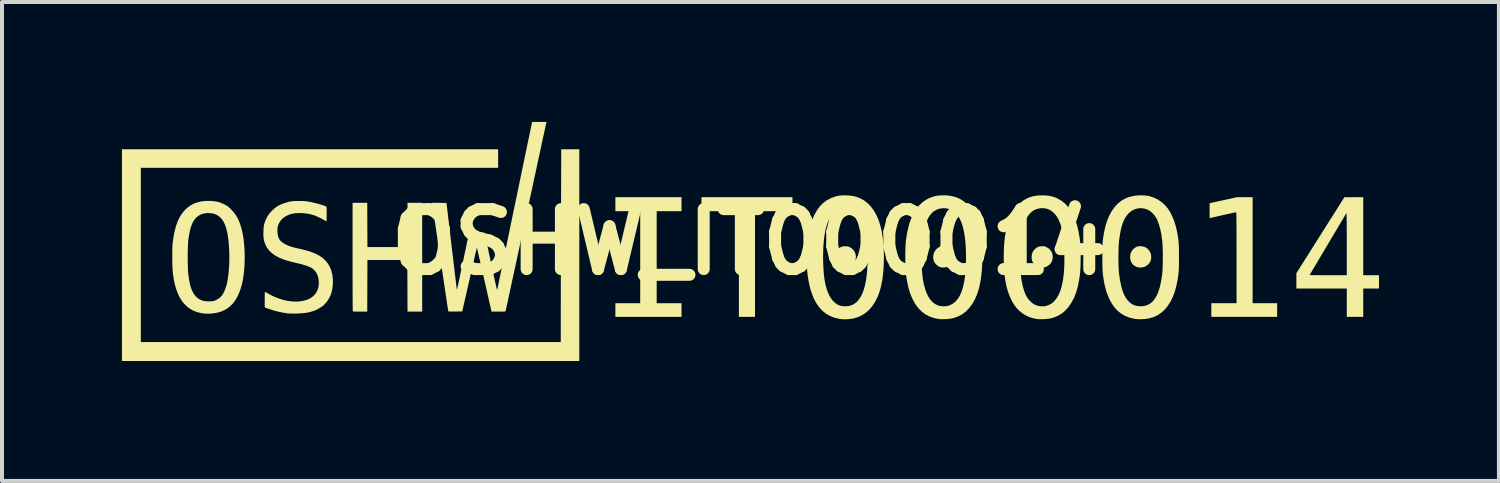
<source format=kicad_pcb>
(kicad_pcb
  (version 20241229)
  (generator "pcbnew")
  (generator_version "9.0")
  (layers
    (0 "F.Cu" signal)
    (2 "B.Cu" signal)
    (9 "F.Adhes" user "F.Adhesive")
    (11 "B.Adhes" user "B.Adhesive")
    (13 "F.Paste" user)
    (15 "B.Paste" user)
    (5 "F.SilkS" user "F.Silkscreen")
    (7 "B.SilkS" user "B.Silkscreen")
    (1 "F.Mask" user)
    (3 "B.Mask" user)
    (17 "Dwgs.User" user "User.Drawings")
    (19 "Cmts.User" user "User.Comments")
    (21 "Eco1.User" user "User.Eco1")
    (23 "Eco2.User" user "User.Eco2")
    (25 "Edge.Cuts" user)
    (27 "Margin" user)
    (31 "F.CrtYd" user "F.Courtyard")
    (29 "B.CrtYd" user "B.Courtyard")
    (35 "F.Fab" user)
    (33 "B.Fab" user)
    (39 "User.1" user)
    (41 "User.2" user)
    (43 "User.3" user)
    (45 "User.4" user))
  (footprint "OSHW_IT000014"
    (layer "F.Cu")
    (at 15.693 3.002)
    (property "Reference" "OSHW_IT000014" (at 0 0 0) (layer "F.SilkS") (effects (font (size 1.5 1.5) (thickness 0.3))))
    (attr board_only exclude_from_pos_files exclude_from_bom)
    (fp_poly (pts (xy 1.077 -0.945) (xy 1.077 -0.77) (xy 0.608 -0.77) (xy 0.14 -0.77) (xy 0.14 0.551) (xy 0.14 1.873) (xy -0.061 1.873) (xy -0.263 1.873) (xy -0.263 0.551) (xy -0.263 -0.77) (xy -0.731 -0.77) (xy -1.199 -0.77) (xy -1.199 -0.945) (xy -1.199 -1.12) (xy -0.061 -1.12) (xy 1.077 -1.12)) (stroke (width 0) (type solid)) (fill yes) (layer "F.SilkS"))
    (fp_poly (pts (xy -1.698 -0.945) (xy -1.698 -0.77) (xy -2.009 -0.77) (xy -2.319 -0.77) (xy -2.319 0.381) (xy -2.319 1.532) (xy -2.009 1.532) (xy -1.698 1.532) (xy -1.698 1.702) (xy -1.698 1.873) (xy -2.525 1.873) (xy -3.352 1.873) (xy -3.352 1.702) (xy -3.352 1.532) (xy -3.042 1.532) (xy -2.731 1.532) (xy -2.731 0.381) (xy -2.731 -0.77) (xy -3.042 -0.77) (xy -3.352 -0.77) (xy -3.352 -0.945) (xy -3.352 -1.12) (xy -2.525 -1.12) (xy -1.698 -1.12)) (stroke (width 0) (type solid)) (fill yes) (layer "F.SilkS"))
    (fp_poly (pts (xy 9.793 0.106) (xy 9.859 0.116) (xy 9.916 0.138) (xy 9.964 0.175) (xy 10.007 0.227) (xy 10.013 0.236) (xy 10.037 0.29) (xy 10.049 0.35) (xy 10.048 0.413) (xy 10.034 0.472) (xy 10.024 0.494) (xy 9.999 0.532) (xy 9.963 0.57) (xy 9.922 0.601) (xy 9.884 0.622) (xy 9.842 0.632) (xy 9.794 0.638) (xy 9.746 0.637) (xy 9.706 0.631) (xy 9.693 0.627) (xy 9.63 0.595) (xy 9.582 0.552) (xy 9.547 0.5) (xy 9.527 0.437) (xy 9.521 0.367) (xy 9.53 0.3) (xy 9.554 0.239) (xy 9.593 0.186) (xy 9.644 0.143) (xy 9.678 0.125) (xy 9.707 0.113) (xy 9.733 0.107) (xy 9.764 0.106)) (stroke (width 0) (type solid)) (fill yes) (layer "F.SilkS"))
    (fp_poly (pts (xy 4.935 0.115) (xy 4.985 0.134) (xy 5.029 0.165) (xy 5.049 0.184) (xy 5.087 0.231) (xy 5.111 0.279) (xy 5.122 0.333) (xy 5.124 0.372) (xy 5.12 0.433) (xy 5.105 0.484) (xy 5.078 0.528) (xy 5.049 0.56) (xy 5.009 0.595) (xy 4.97 0.617) (xy 4.927 0.63) (xy 4.873 0.636) (xy 4.866 0.637) (xy 4.827 0.638) (xy 4.799 0.636) (xy 4.776 0.63) (xy 4.751 0.62) (xy 4.748 0.619) (xy 4.691 0.583) (xy 4.647 0.536) (xy 4.616 0.483) (xy 4.599 0.423) (xy 4.596 0.361) (xy 4.607 0.299) (xy 4.633 0.238) (xy 4.67 0.187) (xy 4.713 0.146) (xy 4.762 0.12) (xy 4.819 0.108) (xy 4.875 0.107)) (stroke (width 0) (type solid)) (fill yes) (layer "F.SilkS"))
    (fp_poly (pts (xy -6.284 -2.087) (xy -6.284 -1.856) (xy -10.753 -1.856) (xy -15.221 -1.856) (xy -15.221 0.324) (xy -15.221 2.503) (xy -9.969 2.503) (xy -4.718 2.503) (xy -4.718 1.818) (xy -4.718 1.737) (xy -4.718 1.64) (xy -4.717 1.528) (xy -4.717 1.402) (xy -4.717 1.265) (xy -4.717 1.116) (xy -4.716 0.958) (xy -4.716 0.792) (xy -4.715 0.619) (xy -4.715 0.441) (xy -4.714 0.258) (xy -4.714 0.073) (xy -4.713 -0.114) (xy -4.713 -0.3) (xy -4.712 -0.486) (xy -4.712 -0.593) (xy -4.706 -2.319) (xy -4.48 -2.319) (xy -4.254 -2.319) (xy -4.254 0.328) (xy -4.254 2.976) (xy -9.974 2.976) (xy -15.693 2.976) (xy -15.693 0.328) (xy -15.693 -2.319) (xy -10.989 -2.319) (xy -6.284 -2.319)) (stroke (width 0) (type solid)) (fill yes) (layer "F.SilkS"))
    (fp_poly (pts (xy 2.442 0.108) (xy 2.498 0.122) (xy 2.548 0.151) (xy 2.579 0.177) (xy 2.621 0.226) (xy 2.648 0.278) (xy 2.661 0.338) (xy 2.663 0.372) (xy 2.657 0.436) (xy 2.638 0.491) (xy 2.604 0.541) (xy 2.584 0.562) (xy 2.534 0.603) (xy 2.478 0.628) (xy 2.413 0.638) (xy 2.391 0.638) (xy 2.356 0.636) (xy 2.323 0.632) (xy 2.304 0.627) (xy 2.264 0.607) (xy 2.223 0.576) (xy 2.187 0.54) (xy 2.162 0.503) (xy 2.162 0.503) (xy 2.151 0.479) (xy 2.145 0.456) (xy 2.141 0.428) (xy 2.14 0.39) (xy 2.14 0.376) (xy 2.142 0.325) (xy 2.148 0.285) (xy 2.161 0.251) (xy 2.183 0.218) (xy 2.208 0.188) (xy 2.249 0.149) (xy 2.294 0.123) (xy 2.348 0.11) (xy 2.377 0.107)) (stroke (width 0) (type solid)) (fill yes) (layer "F.SilkS"))
    (fp_poly (pts (xy 7.375 0.107) (xy 7.399 0.114) (xy 7.427 0.127) (xy 7.435 0.131) (xy 7.494 0.168) (xy 7.539 0.217) (xy 7.57 0.275) (xy 7.585 0.34) (xy 7.586 0.394) (xy 7.574 0.462) (xy 7.547 0.52) (xy 7.505 0.568) (xy 7.448 0.607) (xy 7.435 0.614) (xy 7.4 0.629) (xy 7.369 0.636) (xy 7.333 0.638) (xy 7.322 0.638) (xy 7.287 0.637) (xy 7.257 0.634) (xy 7.238 0.631) (xy 7.194 0.612) (xy 7.153 0.583) (xy 7.121 0.551) (xy 7.092 0.513) (xy 7.073 0.473) (xy 7.062 0.428) (xy 7.059 0.371) (xy 7.059 0.368) (xy 7.066 0.305) (xy 7.085 0.251) (xy 7.119 0.201) (xy 7.138 0.18) (xy 7.177 0.146) (xy 7.219 0.123) (xy 7.267 0.111) (xy 7.311 0.107) (xy 7.348 0.105)) (stroke (width 0) (type solid)) (fill yes) (layer "F.SilkS"))
    (fp_poly (pts (xy -9.556 -0.427) (xy -9.553 0.127) (xy -9.055 0.127) (xy -8.556 0.127) (xy -8.553 -0.427) (xy -8.551 -0.98) (xy -8.367 -0.98) (xy -8.184 -0.98) (xy -8.184 0.381) (xy -8.184 1.742) (xy -8.367 1.742) (xy -8.551 1.742) (xy -8.553 1.096) (xy -8.556 0.451) (xy -9.055 0.451) (xy -9.553 0.451) (xy -9.556 1.096) (xy -9.558 1.742) (xy -9.736 1.742) (xy -9.79 1.741) (xy -9.838 1.741) (xy -9.877 1.74) (xy -9.905 1.738) (xy -9.919 1.736) (xy -9.92 1.736) (xy -9.92 1.727) (xy -9.921 1.701) (xy -9.921 1.659) (xy -9.922 1.603) (xy -9.923 1.534) (xy -9.923 1.451) (xy -9.924 1.357) (xy -9.924 1.251) (xy -9.924 1.136) (xy -9.925 1.012) (xy -9.925 0.88) (xy -9.925 0.74) (xy -9.925 0.595) (xy -9.925 0.444) (xy -9.925 0.375) (xy -9.925 -0.98) (xy -9.742 -0.98) (xy -9.558 -0.98)) (stroke (width 0) (type solid)) (fill yes) (layer "F.SilkS"))
    (fp_poly (pts (xy 12.586 0.206) (xy 12.586 1.532) (xy 12.893 1.532) (xy 13.199 1.532) (xy 13.199 1.702) (xy 13.199 1.873) (xy 12.376 1.873) (xy 11.553 1.873) (xy 11.553 1.702) (xy 11.553 1.532) (xy 11.869 1.532) (xy 12.184 1.532) (xy 12.184 0.394) (xy 12.184 0.226) (xy 12.183 0.075) (xy 12.183 -0.06) (xy 12.183 -0.18) (xy 12.183 -0.286) (xy 12.182 -0.378) (xy 12.182 -0.458) (xy 12.181 -0.526) (xy 12.181 -0.583) (xy 12.18 -0.63) (xy 12.179 -0.668) (xy 12.178 -0.697) (xy 12.177 -0.718) (xy 12.175 -0.733) (xy 12.174 -0.741) (xy 12.172 -0.744) (xy 12.172 -0.744) (xy 12.161 -0.742) (xy 12.136 -0.737) (xy 12.098 -0.729) (xy 12.051 -0.718) (xy 11.995 -0.706) (xy 11.934 -0.692) (xy 11.87 -0.678) (xy 11.805 -0.663) (xy 11.742 -0.649) (xy 11.682 -0.636) (xy 11.629 -0.623) (xy 11.584 -0.613) (xy 11.55 -0.605) (xy 11.529 -0.6) (xy 11.525 -0.599) (xy 11.52 -0.598) (xy 11.516 -0.602) (xy 11.513 -0.611) (xy 11.512 -0.629) (xy 11.51 -0.657) (xy 11.51 -0.697) (xy 11.51 -0.751) (xy 11.51 -0.783) (xy 11.51 -0.838) (xy 11.51 -0.887) (xy 11.511 -0.927) (xy 11.513 -0.956) (xy 11.514 -0.97) (xy 11.515 -0.972) (xy 11.524 -0.973) (xy 11.549 -0.979) (xy 11.587 -0.987) (xy 11.636 -0.998) (xy 11.695 -1.01) (xy 11.762 -1.025) (xy 11.835 -1.041) (xy 11.857 -1.046) (xy 12.194 -1.12) (xy 12.39 -1.12) (xy 12.586 -1.12)) (stroke (width 0) (type solid)) (fill yes) (layer "F.SilkS"))
    (fp_poly (pts (xy 15.352 -0.144) (xy 15.352 0.831) (xy 15.549 0.831) (xy 15.746 0.831) (xy 15.746 0.998) (xy 15.746 1.164) (xy 15.549 1.164) (xy 15.352 1.164) (xy 15.352 1.519) (xy 15.352 1.873) (xy 15.146 1.873) (xy 14.941 1.873) (xy 14.941 1.519) (xy 14.941 1.164) (xy 14.31 1.164) (xy 13.68 1.164) (xy 13.68 0.972) (xy 13.68 0.827) (xy 14.013 0.827) (xy 14.021 0.828) (xy 14.046 0.828) (xy 14.084 0.829) (xy 14.136 0.83) (xy 14.198 0.831) (xy 14.27 0.831) (xy 14.35 0.831) (xy 14.436 0.831) (xy 14.477 0.831) (xy 14.941 0.831) (xy 14.941 0.051) (xy 14.941 -0.07) (xy 14.94 -0.184) (xy 14.94 -0.291) (xy 14.939 -0.388) (xy 14.939 -0.474) (xy 14.938 -0.55) (xy 14.937 -0.613) (xy 14.936 -0.663) (xy 14.935 -0.698) (xy 14.934 -0.718) (xy 14.933 -0.722) (xy 14.926 -0.712) (xy 14.912 -0.689) (xy 14.893 -0.657) (xy 14.87 -0.619) (xy 14.856 -0.595) (xy 14.841 -0.569) (xy 14.817 -0.53) (xy 14.787 -0.478) (xy 14.749 -0.416) (xy 14.706 -0.343) (xy 14.659 -0.263) (xy 14.607 -0.176) (xy 14.551 -0.083) (xy 14.494 0.014) (xy 14.434 0.114) (xy 14.4 0.172) (xy 14.341 0.27) (xy 14.286 0.363) (xy 14.234 0.451) (xy 14.186 0.532) (xy 14.142 0.606) (xy 14.104 0.671) (xy 14.071 0.726) (xy 14.045 0.77) (xy 14.027 0.802) (xy 14.016 0.822) (xy 14.013 0.827) (xy 13.68 0.827) (xy 13.68 0.78) (xy 14.281 -0.17) (xy 14.881 -1.12) (xy 15.116 -1.12) (xy 15.352 -1.12)) (stroke (width 0) (type solid)) (fill yes) (layer "F.SilkS"))
    (fp_poly (pts (xy 4.922 -1.166) (xy 4.953 -1.164) (xy 5.073 -1.146) (xy 5.183 -1.114) (xy 5.283 -1.068) (xy 5.375 -1.007) (xy 5.449 -0.942) (xy 5.525 -0.854) (xy 5.592 -0.757) (xy 5.65 -0.648) (xy 5.7 -0.526) (xy 5.742 -0.39) (xy 5.755 -0.337) (xy 5.779 -0.22) (xy 5.798 -0.09) (xy 5.813 0.05) (xy 5.823 0.196) (xy 5.827 0.344) (xy 5.825 0.491) (xy 5.822 0.576) (xy 5.811 0.735) (xy 5.795 0.878) (xy 5.775 1.007) (xy 5.75 1.126) (xy 5.719 1.235) (xy 5.683 1.336) (xy 5.64 1.432) (xy 5.633 1.446) (xy 5.568 1.559) (xy 5.494 1.657) (xy 5.412 1.74) (xy 5.321 1.809) (xy 5.221 1.862) (xy 5.111 1.901) (xy 5.084 1.908) (xy 5.037 1.917) (xy 4.979 1.924) (xy 4.914 1.929) (xy 4.849 1.931) (xy 4.789 1.931) (xy 4.738 1.927) (xy 4.725 1.925) (xy 4.606 1.899) (xy 4.497 1.86) (xy 4.399 1.808) (xy 4.31 1.741) (xy 4.229 1.66) (xy 4.157 1.564) (xy 4.092 1.452) (xy 4.074 1.414) (xy 4.035 1.323) (xy 4.001 1.226) (xy 3.972 1.12) (xy 3.947 1.002) (xy 3.925 0.869) (xy 3.919 0.829) (xy 3.912 0.764) (xy 3.907 0.684) (xy 3.902 0.594) (xy 3.9 0.497) (xy 3.899 0.444) (xy 4.306 0.444) (xy 4.309 0.573) (xy 4.315 0.697) (xy 4.324 0.811) (xy 4.336 0.913) (xy 4.337 0.922) (xy 4.364 1.061) (xy 4.397 1.184) (xy 4.438 1.292) (xy 4.485 1.384) (xy 4.54 1.461) (xy 4.602 1.522) (xy 4.67 1.567) (xy 4.745 1.596) (xy 4.827 1.609) (xy 4.915 1.606) (xy 4.95 1.601) (xy 5.021 1.579) (xy 5.091 1.541) (xy 5.157 1.487) (xy 5.164 1.48) (xy 5.219 1.413) (xy 5.267 1.333) (xy 5.309 1.237) (xy 5.343 1.126) (xy 5.371 0.999) (xy 5.393 0.857) (xy 5.408 0.699) (xy 5.416 0.525) (xy 5.418 0.381) (xy 5.414 0.194) (xy 5.404 0.022) (xy 5.387 -0.135) (xy 5.363 -0.275) (xy 5.332 -0.401) (xy 5.294 -0.51) (xy 5.25 -0.604) (xy 5.198 -0.681) (xy 5.142 -0.741) (xy 5.075 -0.789) (xy 5.002 -0.822) (xy 4.923 -0.841) (xy 4.843 -0.845) (xy 4.764 -0.835) (xy 4.688 -0.81) (xy 4.617 -0.77) (xy 4.588 -0.748) (xy 4.532 -0.689) (xy 4.481 -0.615) (xy 4.436 -0.526) (xy 4.397 -0.423) (xy 4.365 -0.308) (xy 4.341 -0.181) (xy 4.338 -0.162) (xy 4.325 -0.059) (xy 4.316 0.057) (xy 4.309 0.182) (xy 4.306 0.312) (xy 4.306 0.444) (xy 3.899 0.444) (xy 3.898 0.396) (xy 3.899 0.296) (xy 3.9 0.199) (xy 3.904 0.109) (xy 3.909 0.029) (xy 3.915 -0.037) (xy 3.915 -0.039) (xy 3.941 -0.208) (xy 3.974 -0.362) (xy 4.014 -0.501) (xy 4.061 -0.625) (xy 4.116 -0.736) (xy 4.179 -0.834) (xy 4.251 -0.92) (xy 4.257 -0.927) (xy 4.333 -0.996) (xy 4.413 -1.053) (xy 4.501 -1.099) (xy 4.601 -1.135) (xy 4.656 -1.15) (xy 4.695 -1.157) (xy 4.746 -1.162) (xy 4.805 -1.166) (xy 4.865 -1.167)) (stroke (width 0) (type solid)) (fill yes) (layer "F.SilkS"))
    (fp_poly (pts (xy 2.481 -1.163) (xy 2.556 -1.155) (xy 2.625 -1.143) (xy 2.643 -1.139) (xy 2.753 -1.101) (xy 2.853 -1.048) (xy 2.945 -0.98) (xy 3.029 -0.897) (xy 3.103 -0.8) (xy 3.169 -0.689) (xy 3.225 -0.563) (xy 3.271 -0.423) (xy 3.309 -0.27) (xy 3.313 -0.249) (xy 3.335 -0.105) (xy 3.352 0.05) (xy 3.361 0.214) (xy 3.364 0.382) (xy 3.361 0.551) (xy 3.351 0.717) (xy 3.334 0.876) (xy 3.32 0.967) (xy 3.288 1.125) (xy 3.246 1.27) (xy 3.194 1.4) (xy 3.132 1.518) (xy 3.061 1.621) (xy 2.981 1.71) (xy 2.892 1.784) (xy 2.795 1.844) (xy 2.689 1.888) (xy 2.574 1.918) (xy 2.452 1.932) (xy 2.388 1.933) (xy 2.341 1.932) (xy 2.291 1.928) (xy 2.247 1.922) (xy 2.239 1.921) (xy 2.122 1.893) (xy 2.015 1.851) (xy 1.916 1.794) (xy 1.827 1.722) (xy 1.747 1.635) (xy 1.675 1.534) (xy 1.615 1.422) (xy 1.568 1.308) (xy 1.527 1.182) (xy 1.494 1.047) (xy 1.476 0.95) (xy 1.466 0.89) (xy 1.459 0.839) (xy 1.453 0.793) (xy 1.448 0.749) (xy 1.445 0.704) (xy 1.443 0.657) (xy 1.441 0.603) (xy 1.44 0.54) (xy 1.44 0.464) (xy 1.44 0.381) (xy 1.44 0.374) (xy 1.843 0.374) (xy 1.845 0.514) (xy 1.851 0.652) (xy 1.86 0.784) (xy 1.874 0.906) (xy 1.892 1.015) (xy 1.9 1.054) (xy 1.933 1.179) (xy 1.974 1.288) (xy 2.022 1.381) (xy 2.077 1.459) (xy 2.14 1.522) (xy 2.211 1.57) (xy 2.221 1.575) (xy 2.269 1.592) (xy 2.328 1.604) (xy 2.393 1.608) (xy 2.458 1.605) (xy 2.499 1.598) (xy 2.576 1.573) (xy 2.646 1.532) (xy 2.709 1.475) (xy 2.765 1.401) (xy 2.814 1.312) (xy 2.856 1.207) (xy 2.891 1.087) (xy 2.891 1.085) (xy 2.913 0.978) (xy 2.931 0.856) (xy 2.945 0.722) (xy 2.953 0.579) (xy 2.957 0.43) (xy 2.955 0.278) (xy 2.955 0.271) (xy 2.949 0.116) (xy 2.938 -0.024) (xy 2.923 -0.15) (xy 2.904 -0.263) (xy 2.88 -0.366) (xy 2.851 -0.459) (xy 2.816 -0.544) (xy 2.81 -0.556) (xy 2.762 -0.642) (xy 2.705 -0.713) (xy 2.64 -0.769) (xy 2.569 -0.811) (xy 2.492 -0.836) (xy 2.409 -0.846) (xy 2.334 -0.84) (xy 2.253 -0.82) (xy 2.178 -0.783) (xy 2.112 -0.731) (xy 2.053 -0.664) (xy 2.001 -0.581) (xy 1.957 -0.482) (xy 1.919 -0.367) (xy 1.895 -0.263) (xy 1.876 -0.155) (xy 1.862 -0.034) (xy 1.851 0.096) (xy 1.845 0.233) (xy 1.843 0.374) (xy 1.44 0.374) (xy 1.44 0.292) (xy 1.44 0.218) (xy 1.441 0.155) (xy 1.443 0.102) (xy 1.445 0.054) (xy 1.449 0.01) (xy 1.453 -0.034) (xy 1.459 -0.08) (xy 1.467 -0.132) (xy 1.476 -0.188) (xy 1.509 -0.356) (xy 1.556 -0.512) (xy 1.615 -0.657) (xy 1.63 -0.687) (xy 1.692 -0.797) (xy 1.762 -0.891) (xy 1.84 -0.971) (xy 1.928 -1.038) (xy 2.026 -1.091) (xy 2.136 -1.133) (xy 2.197 -1.15) (xy 2.255 -1.16) (xy 2.325 -1.166) (xy 2.402 -1.167)) (stroke (width 0) (type solid)) (fill yes) (layer "F.SilkS"))
    (fp_poly (pts (xy 7.422 -1.163) (xy 7.514 -1.151) (xy 7.598 -1.131) (xy 7.678 -1.101) (xy 7.712 -1.085) (xy 7.808 -1.028) (xy 7.894 -0.959) (xy 7.971 -0.877) (xy 8.04 -0.781) (xy 8.101 -0.671) (xy 8.153 -0.547) (xy 8.197 -0.408) (xy 8.233 -0.255) (xy 8.262 -0.085) (xy 8.268 -0.039) (xy 8.275 0.026) (xy 8.28 0.105) (xy 8.283 0.195) (xy 8.285 0.292) (xy 8.285 0.392) (xy 8.284 0.493) (xy 8.281 0.59) (xy 8.277 0.68) (xy 8.272 0.76) (xy 8.265 0.827) (xy 8.264 0.829) (xy 8.243 0.966) (xy 8.219 1.088) (xy 8.191 1.197) (xy 8.159 1.297) (xy 8.122 1.389) (xy 8.11 1.414) (xy 8.047 1.53) (xy 7.978 1.631) (xy 7.9 1.717) (xy 7.814 1.788) (xy 7.719 1.845) (xy 7.614 1.888) (xy 7.543 1.909) (xy 7.496 1.917) (xy 7.438 1.924) (xy 7.374 1.929) (xy 7.309 1.931) (xy 7.249 1.931) (xy 7.198 1.927) (xy 7.184 1.925) (xy 7.071 1.901) (xy 6.969 1.865) (xy 6.876 1.817) (xy 6.789 1.755) (xy 6.743 1.714) (xy 6.689 1.659) (xy 6.643 1.601) (xy 6.6 1.537) (xy 6.558 1.461) (xy 6.551 1.446) (xy 6.502 1.339) (xy 6.461 1.224) (xy 6.427 1.1) (xy 6.401 0.966) (xy 6.381 0.82) (xy 6.368 0.661) (xy 6.362 0.488) (xy 6.361 0.472) (xy 6.767 0.472) (xy 6.774 0.653) (xy 6.787 0.819) (xy 6.808 0.969) (xy 6.836 1.104) (xy 6.871 1.223) (xy 6.913 1.326) (xy 6.942 1.381) (xy 6.975 1.428) (xy 7.017 1.475) (xy 7.063 1.518) (xy 7.109 1.553) (xy 7.125 1.562) (xy 7.195 1.591) (xy 7.273 1.607) (xy 7.353 1.609) (xy 7.415 1.601) (xy 7.491 1.576) (xy 7.561 1.535) (xy 7.625 1.48) (xy 7.682 1.409) (xy 7.732 1.326) (xy 7.773 1.229) (xy 7.785 1.195) (xy 7.811 1.103) (xy 7.832 1.008) (xy 7.849 0.908) (xy 7.862 0.801) (xy 7.871 0.683) (xy 7.876 0.553) (xy 7.878 0.408) (xy 7.878 0.385) (xy 7.876 0.223) (xy 7.87 0.077) (xy 7.859 -0.056) (xy 7.844 -0.176) (xy 7.824 -0.284) (xy 7.799 -0.383) (xy 7.769 -0.474) (xy 7.769 -0.476) (xy 7.725 -0.575) (xy 7.673 -0.659) (xy 7.614 -0.728) (xy 7.548 -0.781) (xy 7.476 -0.819) (xy 7.397 -0.841) (xy 7.313 -0.846) (xy 7.258 -0.841) (xy 7.179 -0.822) (xy 7.108 -0.79) (xy 7.045 -0.743) (xy 6.989 -0.682) (xy 6.937 -0.604) (xy 6.913 -0.56) (xy 6.891 -0.513) (xy 6.873 -0.466) (xy 6.856 -0.416) (xy 6.841 -0.357) (xy 6.825 -0.287) (xy 6.818 -0.254) (xy 6.806 -0.19) (xy 6.796 -0.131) (xy 6.788 -0.074) (xy 6.782 -0.015) (xy 6.777 0.049) (xy 6.773 0.122) (xy 6.77 0.206) (xy 6.769 0.276) (xy 6.767 0.472) (xy 6.361 0.472) (xy 6.361 0.381) (xy 6.364 0.189) (xy 6.375 0.013) (xy 6.393 -0.149) (xy 6.42 -0.298) (xy 6.454 -0.435) (xy 6.496 -0.561) (xy 6.547 -0.676) (xy 6.606 -0.782) (xy 6.637 -0.83) (xy 6.701 -0.909) (xy 6.778 -0.982) (xy 6.863 -1.045) (xy 6.954 -1.095) (xy 7.006 -1.117) (xy 7.083 -1.141) (xy 7.162 -1.156) (xy 7.247 -1.164) (xy 7.317 -1.166)) (stroke (width 0) (type solid)) (fill yes) (layer "F.SilkS"))
    (fp_poly (pts (xy -13.46 -1.025) (xy -13.379 -1.018) (xy -13.306 -1.006) (xy -13.291 -1.003) (xy -13.257 -0.992) (xy -13.214 -0.976) (xy -13.168 -0.957) (xy -13.138 -0.943) (xy -13.098 -0.923) (xy -13.067 -0.905) (xy -13.039 -0.885) (xy -13.011 -0.861) (xy -12.977 -0.829) (xy -12.958 -0.81) (xy -12.891 -0.736) (xy -12.835 -0.657) (xy -12.786 -0.569) (xy -12.745 -0.471) (xy -12.709 -0.359) (xy -12.7 -0.328) (xy -12.672 -0.203) (xy -12.65 -0.064) (xy -12.635 0.084) (xy -12.625 0.237) (xy -12.623 0.394) (xy -12.626 0.55) (xy -12.636 0.703) (xy -12.653 0.848) (xy -12.675 0.983) (xy -12.697 1.075) (xy -12.739 1.212) (xy -12.789 1.334) (xy -12.848 1.441) (xy -12.915 1.533) (xy -12.99 1.61) (xy -13.075 1.674) (xy -13.169 1.723) (xy -13.227 1.746) (xy -13.325 1.772) (xy -13.431 1.788) (xy -13.539 1.794) (xy -13.643 1.789) (xy -13.703 1.781) (xy -13.817 1.753) (xy -13.92 1.712) (xy -14.013 1.657) (xy -14.096 1.589) (xy -14.17 1.507) (xy -14.235 1.411) (xy -14.291 1.3) (xy -14.338 1.174) (xy -14.375 1.042) (xy -14.385 0.996) (xy -14.394 0.947) (xy -14.403 0.891) (xy -14.413 0.824) (xy -14.421 0.761) (xy -14.425 0.718) (xy -14.428 0.662) (xy -14.431 0.595) (xy -14.433 0.52) (xy -14.434 0.441) (xy -14.434 0.416) (xy -14.048 0.416) (xy -14.047 0.504) (xy -14.045 0.587) (xy -14.043 0.663) (xy -14.04 0.728) (xy -14.036 0.779) (xy -14.035 0.788) (xy -14.02 0.906) (xy -14.002 1.009) (xy -13.981 1.097) (xy -13.957 1.174) (xy -13.929 1.239) (xy -13.896 1.296) (xy -13.858 1.346) (xy -13.852 1.354) (xy -13.799 1.405) (xy -13.741 1.442) (xy -13.678 1.468) (xy -13.604 1.482) (xy -13.519 1.485) (xy -13.505 1.485) (xy -13.46 1.484) (xy -13.427 1.481) (xy -13.401 1.476) (xy -13.377 1.469) (xy -13.35 1.457) (xy -13.344 1.455) (xy -13.308 1.436) (xy -13.273 1.415) (xy -13.247 1.396) (xy -13.199 1.347) (xy -13.156 1.281) (xy -13.118 1.2) (xy -13.085 1.105) (xy -13.072 1.057) (xy -13.05 0.947) (xy -13.032 0.823) (xy -13.019 0.689) (xy -13.01 0.548) (xy -13.007 0.403) (xy -13.009 0.257) (xy -13.016 0.113) (xy -13.028 -0.026) (xy -13.045 -0.155) (xy -13.06 -0.238) (xy -13.088 -0.351) (xy -13.122 -0.447) (xy -13.164 -0.528) (xy -13.214 -0.595) (xy -13.272 -0.647) (xy -13.338 -0.686) (xy -13.406 -0.709) (xy -13.499 -0.724) (xy -13.59 -0.722) (xy -13.658 -0.709) (xy -13.727 -0.685) (xy -13.788 -0.65) (xy -13.841 -0.605) (xy -13.887 -0.548) (xy -13.927 -0.478) (xy -13.961 -0.394) (xy -13.99 -0.296) (xy -14.013 -0.183) (xy -14.032 -0.054) (xy -14.035 -0.026) (xy -14.039 0.022) (xy -14.042 0.085) (xy -14.045 0.159) (xy -14.047 0.241) (xy -14.048 0.327) (xy -14.048 0.416) (xy -14.434 0.416) (xy -14.435 0.36) (xy -14.434 0.281) (xy -14.434 0.206) (xy -14.432 0.139) (xy -14.429 0.082) (xy -14.426 0.038) (xy -14.425 0.026) (xy -14.415 -0.045) (xy -14.407 -0.103) (xy -14.399 -0.151) (xy -14.391 -0.194) (xy -14.383 -0.235) (xy -14.376 -0.267) (xy -14.343 -0.392) (xy -14.305 -0.502) (xy -14.261 -0.599) (xy -14.21 -0.685) (xy -14.151 -0.763) (xy -14.088 -0.83) (xy -14.005 -0.897) (xy -13.915 -0.95) (xy -13.816 -0.989) (xy -13.706 -1.014) (xy -13.621 -1.025) (xy -13.543 -1.028)) (stroke (width 0) (type solid)) (fill yes) (layer "F.SilkS"))
    (fp_poly (pts (xy 9.861 -1.165) (xy 9.916 -1.161) (xy 9.963 -1.155) (xy 9.987 -1.15) (xy 10.105 -1.113) (xy 10.212 -1.063) (xy 10.308 -0.999) (xy 10.393 -0.922) (xy 10.47 -0.831) (xy 10.476 -0.822) (xy 10.528 -0.739) (xy 10.576 -0.641) (xy 10.62 -0.532) (xy 10.658 -0.415) (xy 10.688 -0.293) (xy 10.708 -0.188) (xy 10.717 -0.129) (xy 10.725 -0.077) (xy 10.731 -0.031) (xy 10.735 0.013) (xy 10.739 0.057) (xy 10.741 0.105) (xy 10.742 0.159) (xy 10.743 0.222) (xy 10.744 0.297) (xy 10.744 0.381) (xy 10.744 0.47) (xy 10.743 0.544) (xy 10.742 0.606) (xy 10.741 0.66) (xy 10.738 0.707) (xy 10.735 0.751) (xy 10.73 0.795) (xy 10.724 0.842) (xy 10.717 0.894) (xy 10.708 0.95) (xy 10.677 1.107) (xy 10.636 1.251) (xy 10.586 1.383) (xy 10.526 1.502) (xy 10.457 1.608) (xy 10.379 1.699) (xy 10.293 1.775) (xy 10.198 1.837) (xy 10.179 1.847) (xy 10.093 1.883) (xy 9.995 1.91) (xy 9.891 1.927) (xy 9.785 1.933) (xy 9.68 1.928) (xy 9.628 1.921) (xy 9.51 1.893) (xy 9.402 1.852) (xy 9.304 1.796) (xy 9.215 1.726) (xy 9.135 1.641) (xy 9.064 1.541) (xy 9.013 1.449) (xy 8.969 1.351) (xy 8.931 1.248) (xy 8.899 1.136) (xy 8.872 1.014) (xy 8.85 0.877) (xy 8.839 0.792) (xy 8.835 0.752) (xy 8.832 0.696) (xy 8.83 0.63) (xy 8.828 0.554) (xy 8.827 0.472) (xy 8.827 0.387) (xy 8.827 0.38) (xy 9.229 0.38) (xy 9.23 0.477) (xy 9.232 0.57) (xy 9.235 0.657) (xy 9.24 0.733) (xy 9.246 0.795) (xy 9.246 0.796) (xy 9.266 0.94) (xy 9.291 1.067) (xy 9.319 1.178) (xy 9.353 1.276) (xy 9.392 1.359) (xy 9.437 1.43) (xy 9.487 1.489) (xy 9.544 1.537) (xy 9.602 1.572) (xy 9.658 1.593) (xy 9.724 1.605) (xy 9.795 1.608) (xy 9.865 1.602) (xy 9.889 1.597) (xy 9.962 1.573) (xy 10.029 1.535) (xy 10.088 1.484) (xy 10.141 1.418) (xy 10.188 1.338) (xy 10.229 1.244) (xy 10.263 1.134) (xy 10.292 1.008) (xy 10.316 0.866) (xy 10.324 0.801) (xy 10.33 0.742) (xy 10.334 0.669) (xy 10.337 0.585) (xy 10.339 0.494) (xy 10.34 0.399) (xy 10.34 0.303) (xy 10.338 0.21) (xy 10.335 0.124) (xy 10.331 0.046) (xy 10.326 -0.018) (xy 10.324 -0.035) (xy 10.304 -0.18) (xy 10.278 -0.311) (xy 10.246 -0.427) (xy 10.21 -0.528) (xy 10.181 -0.591) (xy 10.146 -0.645) (xy 10.102 -0.699) (xy 10.053 -0.747) (xy 10.002 -0.786) (xy 9.968 -0.805) (xy 9.886 -0.834) (xy 9.803 -0.846) (xy 9.722 -0.842) (xy 9.643 -0.821) (xy 9.568 -0.785) (xy 9.5 -0.732) (xy 9.475 -0.708) (xy 9.429 -0.65) (xy 9.388 -0.585) (xy 9.352 -0.51) (xy 9.321 -0.423) (xy 9.294 -0.324) (xy 9.272 -0.211) (xy 9.252 -0.083) (xy 9.246 -0.035) (xy 9.24 0.027) (xy 9.235 0.103) (xy 9.232 0.19) (xy 9.23 0.283) (xy 9.229 0.38) (xy 8.827 0.38) (xy 8.827 0.302) (xy 8.828 0.22) (xy 8.829 0.143) (xy 8.832 0.074) (xy 8.834 0.017) (xy 8.838 -0.026) (xy 8.838 -0.031) (xy 8.858 -0.172) (xy 8.882 -0.3) (xy 8.91 -0.415) (xy 8.943 -0.52) (xy 8.982 -0.619) (xy 8.994 -0.645) (xy 9.056 -0.763) (xy 9.127 -0.865) (xy 9.205 -0.953) (xy 9.293 -1.025) (xy 9.39 -1.082) (xy 9.496 -1.125) (xy 9.611 -1.153) (xy 9.696 -1.164) (xy 9.745 -1.167) (xy 9.802 -1.167)) (stroke (width 0) (type solid)) (fill yes) (layer "F.SilkS"))
    (fp_poly (pts (xy -11.199 -1.025) (xy -11.151 -1.024) (xy -11.109 -1.021) (xy -11.069 -1.016) (xy -11.026 -1.009) (xy -10.975 -0.999) (xy -10.967 -0.998) (xy -10.908 -0.985) (xy -10.843 -0.969) (xy -10.776 -0.951) (xy -10.711 -0.932) (xy -10.653 -0.914) (xy -10.607 -0.898) (xy -10.593 -0.892) (xy -10.586 -0.889) (xy -10.581 -0.885) (xy -10.578 -0.876) (xy -10.576 -0.861) (xy -10.574 -0.837) (xy -10.573 -0.803) (xy -10.573 -0.755) (xy -10.573 -0.7) (xy -10.573 -0.646) (xy -10.574 -0.598) (xy -10.575 -0.558) (xy -10.576 -0.531) (xy -10.578 -0.517) (xy -10.579 -0.516) (xy -10.588 -0.521) (xy -10.608 -0.532) (xy -10.635 -0.547) (xy -10.635 -0.547) (xy -10.675 -0.57) (xy -10.724 -0.596) (xy -10.778 -0.621) (xy -10.829 -0.644) (xy -10.874 -0.663) (xy -10.893 -0.669) (xy -10.98 -0.694) (xy -11.076 -0.711) (xy -11.174 -0.722) (xy -11.269 -0.724) (xy -11.358 -0.719) (xy -11.414 -0.711) (xy -11.511 -0.684) (xy -11.595 -0.645) (xy -11.666 -0.596) (xy -11.723 -0.536) (xy -11.767 -0.466) (xy -11.795 -0.389) (xy -11.805 -0.332) (xy -11.806 -0.266) (xy -11.799 -0.199) (xy -11.786 -0.136) (xy -11.766 -0.083) (xy -11.766 -0.083) (xy -11.731 -0.033) (xy -11.679 0.013) (xy -11.612 0.056) (xy -11.529 0.094) (xy -11.433 0.127) (xy -11.322 0.155) (xy -11.308 0.157) (xy -11.173 0.188) (xy -11.054 0.22) (xy -10.949 0.254) (xy -10.857 0.291) (xy -10.776 0.332) (xy -10.705 0.377) (xy -10.642 0.427) (xy -10.598 0.47) (xy -10.549 0.531) (xy -10.505 0.602) (xy -10.47 0.676) (xy -10.455 0.718) (xy -10.429 0.833) (xy -10.417 0.954) (xy -10.42 1.078) (xy -10.437 1.2) (xy -10.456 1.278) (xy -10.482 1.348) (xy -10.519 1.42) (xy -10.565 1.489) (xy -10.616 1.55) (xy -10.668 1.599) (xy -10.678 1.606) (xy -10.759 1.659) (xy -10.844 1.703) (xy -10.935 1.737) (xy -11.034 1.762) (xy -11.144 1.779) (xy -11.266 1.788) (xy -11.326 1.79) (xy -11.384 1.791) (xy -11.44 1.79) (xy -11.491 1.789) (xy -11.532 1.787) (xy -11.558 1.785) (xy -11.679 1.765) (xy -11.802 1.739) (xy -11.919 1.707) (xy -12.026 1.672) (xy -12.068 1.657) (xy -12.122 1.635) (xy -12.122 1.445) (xy -12.122 1.389) (xy -12.122 1.339) (xy -12.121 1.298) (xy -12.119 1.268) (xy -12.118 1.252) (xy -12.117 1.25) (xy -12.108 1.251) (xy -12.088 1.261) (xy -12.063 1.275) (xy -11.939 1.343) (xy -11.813 1.398) (xy -11.685 1.442) (xy -11.558 1.472) (xy -11.433 1.488) (xy -11.313 1.492) (xy -11.2 1.48) (xy -11.151 1.47) (xy -11.058 1.443) (xy -10.98 1.406) (xy -10.915 1.36) (xy -10.861 1.304) (xy -10.847 1.285) (xy -10.805 1.21) (xy -10.779 1.129) (xy -10.769 1.041) (xy -10.774 0.955) (xy -10.785 0.89) (xy -10.799 0.837) (xy -10.819 0.791) (xy -10.846 0.748) (xy -10.852 0.74) (xy -10.877 0.71) (xy -10.905 0.684) (xy -10.937 0.659) (xy -10.975 0.637) (xy -11.021 0.616) (xy -11.076 0.595) (xy -11.142 0.574) (xy -11.221 0.552) (xy -11.314 0.529) (xy -11.405 0.508) (xy -11.48 0.489) (xy -11.555 0.468) (xy -11.636 0.442) (xy -11.654 0.436) (xy -11.762 0.393) (xy -11.858 0.341) (xy -11.942 0.28) (xy -12.012 0.213) (xy -12.066 0.14) (xy -12.088 0.102) (xy -12.115 0.04) (xy -12.135 -0.019) (xy -12.148 -0.079) (xy -12.154 -0.144) (xy -12.156 -0.221) (xy -12.155 -0.254) (xy -12.152 -0.327) (xy -12.146 -0.387) (xy -12.137 -0.438) (xy -12.123 -0.486) (xy -12.105 -0.536) (xy -12.091 -0.566) (xy -12.052 -0.643) (xy -12.007 -0.709) (xy -11.951 -0.771) (xy -11.94 -0.782) (xy -11.885 -0.833) (xy -11.835 -0.874) (xy -11.783 -0.907) (xy -11.726 -0.935) (xy -11.658 -0.962) (xy -11.623 -0.974) (xy -11.568 -0.992) (xy -11.519 -1.005) (xy -11.472 -1.014) (xy -11.422 -1.021) (xy -11.367 -1.024) (xy -11.301 -1.025) (xy -11.26 -1.025)) (stroke (width 0) (type solid)) (fill yes) (layer "F.SilkS"))
    (fp_poly (pts (xy -5.079 -2.982) (xy -5.082 -2.97) (xy -5.089 -2.941) (xy -5.098 -2.897) (xy -5.111 -2.837) (xy -5.127 -2.764) (xy -5.146 -2.677) (xy -5.168 -2.577) (xy -5.192 -2.466) (xy -5.218 -2.343) (xy -5.247 -2.209) (xy -5.278 -2.066) (xy -5.311 -1.914) (xy -5.345 -1.754) (xy -5.382 -1.586) (xy -5.419 -1.411) (xy -5.458 -1.231) (xy -5.499 -1.045) (xy -5.54 -0.854) (xy -5.582 -0.66) (xy -5.624 -0.462) (xy -5.667 -0.262) (xy -5.711 -0.061) (xy -5.754 0.142) (xy -5.777 0.245) (xy -5.81 0.402) (xy -5.843 0.555) (xy -5.875 0.702) (xy -5.906 0.844) (xy -5.935 0.977) (xy -5.962 1.103) (xy -5.987 1.22) (xy -6.01 1.327) (xy -6.031 1.423) (xy -6.049 1.508) (xy -6.065 1.58) (xy -6.078 1.639) (xy -6.087 1.683) (xy -6.094 1.713) (xy -6.097 1.726) (xy -6.097 1.726) (xy -6.1 1.732) (xy -6.107 1.736) (xy -6.12 1.738) (xy -6.141 1.74) (xy -6.173 1.741) (xy -6.218 1.742) (xy -6.275 1.742) (xy -6.449 1.742) (xy -6.471 1.648) (xy -6.476 1.624) (xy -6.485 1.586) (xy -6.497 1.533) (xy -6.512 1.467) (xy -6.529 1.391) (xy -6.549 1.305) (xy -6.57 1.21) (xy -6.593 1.109) (xy -6.618 1.003) (xy -6.643 0.893) (xy -6.653 0.847) (xy -6.678 0.739) (xy -6.701 0.636) (xy -6.723 0.54) (xy -6.744 0.451) (xy -6.762 0.371) (xy -6.779 0.301) (xy -6.792 0.242) (xy -6.803 0.196) (xy -6.811 0.164) (xy -6.816 0.147) (xy -6.817 0.144) (xy -6.819 0.153) (xy -6.825 0.178) (xy -6.834 0.217) (xy -6.847 0.27) (xy -6.862 0.335) (xy -6.88 0.412) (xy -6.899 0.498) (xy -6.921 0.593) (xy -6.945 0.696) (xy -6.969 0.804) (xy -6.995 0.918) (xy -7.001 0.943) (xy -7.182 1.737) (xy -7.355 1.74) (xy -7.417 1.74) (xy -7.464 1.74) (xy -7.497 1.739) (xy -7.518 1.737) (xy -7.529 1.734) (xy -7.531 1.731) (xy -7.533 1.721) (xy -7.537 1.694) (xy -7.544 1.654) (xy -7.552 1.6) (xy -7.562 1.535) (xy -7.573 1.46) (xy -7.586 1.377) (xy -7.599 1.286) (xy -7.613 1.19) (xy -7.619 1.151) (xy -7.641 1.007) (xy -7.662 0.861) (xy -7.684 0.713) (xy -7.706 0.566) (xy -7.728 0.419) (xy -7.749 0.275) (xy -7.771 0.133) (xy -7.791 -0.004) (xy -7.811 -0.137) (xy -7.83 -0.263) (xy -7.848 -0.382) (xy -7.864 -0.493) (xy -7.88 -0.594) (xy -7.893 -0.685) (xy -7.905 -0.765) (xy -7.916 -0.832) (xy -7.924 -0.886) (xy -7.93 -0.926) (xy -7.934 -0.95) (xy -7.935 -0.956) (xy -7.94 -0.981) (xy -7.758 -0.978) (xy -7.576 -0.976) (xy -7.448 0.107) (xy -7.432 0.243) (xy -7.416 0.374) (xy -7.401 0.499) (xy -7.387 0.617) (xy -7.374 0.727) (xy -7.362 0.828) (xy -7.351 0.919) (xy -7.341 0.999) (xy -7.333 1.067) (xy -7.326 1.121) (xy -7.321 1.161) (xy -7.317 1.186) (xy -7.316 1.195) (xy -7.313 1.187) (xy -7.307 1.165) (xy -7.299 1.129) (xy -7.288 1.081) (xy -7.276 1.023) (xy -7.261 0.958) (xy -7.246 0.886) (xy -7.244 0.873) (xy -7.226 0.789) (xy -7.206 0.692) (xy -7.184 0.586) (xy -7.16 0.477) (xy -7.137 0.367) (xy -7.115 0.261) (xy -7.094 0.164) (xy -7.093 0.159) (xy -7.076 0.079) (xy -7.061 0.005) (xy -7.046 -0.063) (xy -7.034 -0.121) (xy -7.024 -0.169) (xy -7.016 -0.205) (xy -7.012 -0.227) (xy -7.011 -0.233) (xy -7.002 -0.234) (xy -6.979 -0.235) (xy -6.943 -0.235) (xy -6.897 -0.236) (xy -6.844 -0.236) (xy -6.818 -0.236) (xy -6.756 -0.236) (xy -6.708 -0.236) (xy -6.674 -0.235) (xy -6.651 -0.234) (xy -6.636 -0.232) (xy -6.627 -0.228) (xy -6.623 -0.224) (xy -6.621 -0.217) (xy -6.621 -0.217) (xy -6.619 -0.205) (xy -6.613 -0.178) (xy -6.604 -0.136) (xy -6.592 -0.081) (xy -6.578 -0.014) (xy -6.561 0.063) (xy -6.542 0.15) (xy -6.522 0.244) (xy -6.5 0.346) (xy -6.478 0.452) (xy -6.465 0.512) (xy -6.436 0.649) (xy -6.409 0.772) (xy -6.385 0.879) (xy -6.365 0.972) (xy -6.347 1.05) (xy -6.333 1.111) (xy -6.322 1.157) (xy -6.314 1.186) (xy -6.309 1.199) (xy -6.308 1.199) (xy -6.306 1.188) (xy -6.3 1.161) (xy -6.291 1.118) (xy -6.279 1.062) (xy -6.265 0.993) (xy -6.248 0.912) (xy -6.229 0.82) (xy -6.208 0.719) (xy -6.185 0.609) (xy -6.16 0.491) (xy -6.135 0.367) (xy -6.108 0.237) (xy -6.084 0.123) (xy -6.05 -0.039) (xy -6.016 -0.205) (xy -5.981 -0.373) (xy -5.946 -0.543) (xy -5.91 -0.715) (xy -5.875 -0.886) (xy -5.839 -1.056) (xy -5.804 -1.225) (xy -5.77 -1.391) (xy -5.736 -1.553) (xy -5.703 -1.711) (xy -5.671 -1.864) (xy -5.641 -2.011) (xy -5.612 -2.15) (xy -5.585 -2.281) (xy -5.559 -2.404) (xy -5.536 -2.517) (xy -5.514 -2.618) (xy -5.496 -2.709) (xy -5.479 -2.787) (xy -5.466 -2.851) (xy -5.455 -2.901) (xy -5.448 -2.936) (xy -5.444 -2.955) (xy -5.444 -2.956) (xy -5.434 -3.002) (xy -5.254 -3.002) (xy -5.075 -3.002)) (stroke (width 0) (type solid)) (fill yes) (layer "F.SilkS")))
  (gr_rect
    (start -3 -3)
    (end 34.439 8.978)
    (stroke (width 0.1) (type default))
    (fill no)
    (layer "Edge.Cuts")))
</source>
